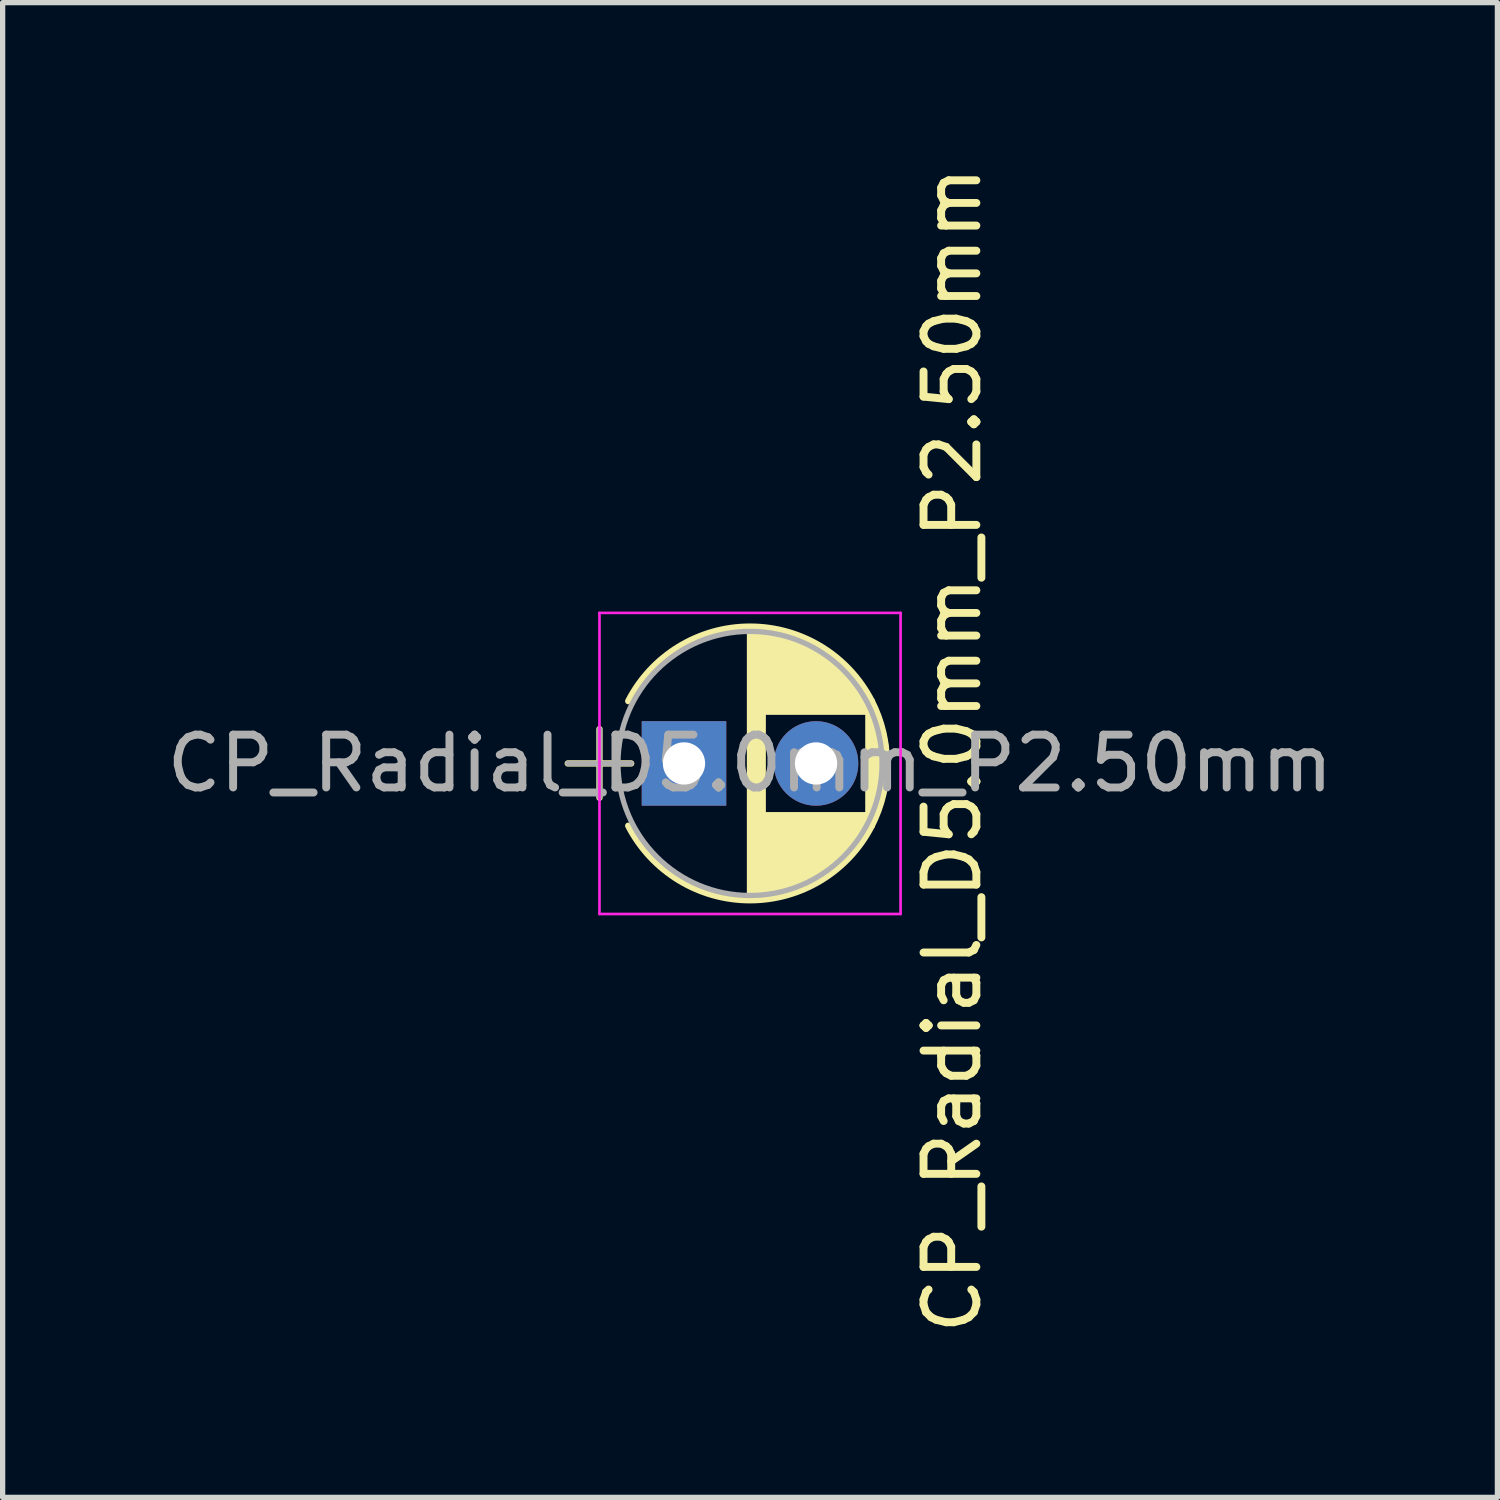
<source format=kicad_pcb>
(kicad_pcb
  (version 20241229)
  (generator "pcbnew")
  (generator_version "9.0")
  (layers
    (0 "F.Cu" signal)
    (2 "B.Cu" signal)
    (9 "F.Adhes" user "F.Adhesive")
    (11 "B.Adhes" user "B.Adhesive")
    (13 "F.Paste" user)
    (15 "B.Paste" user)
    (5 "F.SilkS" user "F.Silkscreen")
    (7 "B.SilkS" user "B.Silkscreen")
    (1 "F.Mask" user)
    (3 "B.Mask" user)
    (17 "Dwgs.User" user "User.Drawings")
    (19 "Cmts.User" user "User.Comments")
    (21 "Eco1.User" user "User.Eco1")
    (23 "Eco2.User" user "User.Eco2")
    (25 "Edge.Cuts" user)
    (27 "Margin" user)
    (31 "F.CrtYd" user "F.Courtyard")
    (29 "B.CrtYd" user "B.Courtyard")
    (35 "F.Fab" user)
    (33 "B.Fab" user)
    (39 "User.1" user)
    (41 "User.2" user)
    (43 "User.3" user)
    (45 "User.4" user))
  (footprint "CP_Radial_D5.0mm_P2.50mm"
    (layer "F.Cu")
    (at 9.899 11.403)
    (property "Reference" "CP_Radial_D5.0mm_P2.50mm" (at 5.08 -0.254 90) (layer "F.SilkS") (effects (font (size 1 1) (thickness 0.15))))
    (attr through_hole)
    (fp_line (start -2.2 0) (end -1 0) (stroke (width 0.12) (type solid)) (layer "F.SilkS"))
    (fp_line (start -1.6 -0.65) (end -1.6 0.65) (stroke (width 0.12) (type solid)) (layer "F.SilkS"))
    (fp_line (start 1.25 -2.55) (end 1.25 2.55) (stroke (width 0.12) (type solid)) (layer "F.SilkS"))
    (fp_line (start 1.29 -2.55) (end 1.29 2.55) (stroke (width 0.12) (type solid)) (layer "F.SilkS"))
    (fp_line (start 1.33 -2.549) (end 1.33 2.549) (stroke (width 0.12) (type solid)) (layer "F.SilkS"))
    (fp_line (start 1.37 -2.548) (end 1.37 2.548) (stroke (width 0.12) (type solid)) (layer "F.SilkS"))
    (fp_line (start 1.41 -2.546) (end 1.41 2.546) (stroke (width 0.12) (type solid)) (layer "F.SilkS"))
    (fp_line (start 1.45 -2.543) (end 1.45 2.543) (stroke (width 0.12) (type solid)) (layer "F.SilkS"))
    (fp_line (start 1.49 -2.539) (end 1.49 2.539) (stroke (width 0.12) (type solid)) (layer "F.SilkS"))
    (fp_line (start 1.53 -2.535) (end 1.53 -0.98) (stroke (width 0.12) (type solid)) (layer "F.SilkS"))
    (fp_line (start 1.53 0.98) (end 1.53 2.535) (stroke (width 0.12) (type solid)) (layer "F.SilkS"))
    (fp_line (start 1.57 -2.531) (end 1.57 -0.98) (stroke (width 0.12) (type solid)) (layer "F.SilkS"))
    (fp_line (start 1.57 0.98) (end 1.57 2.531) (stroke (width 0.12) (type solid)) (layer "F.SilkS"))
    (fp_line (start 1.61 -2.525) (end 1.61 -0.98) (stroke (width 0.12) (type solid)) (layer "F.SilkS"))
    (fp_line (start 1.61 0.98) (end 1.61 2.525) (stroke (width 0.12) (type solid)) (layer "F.SilkS"))
    (fp_line (start 1.65 -2.519) (end 1.65 -0.98) (stroke (width 0.12) (type solid)) (layer "F.SilkS"))
    (fp_line (start 1.65 0.98) (end 1.65 2.519) (stroke (width 0.12) (type solid)) (layer "F.SilkS"))
    (fp_line (start 1.69 -2.513) (end 1.69 -0.98) (stroke (width 0.12) (type solid)) (layer "F.SilkS"))
    (fp_line (start 1.69 0.98) (end 1.69 2.513) (stroke (width 0.12) (type solid)) (layer "F.SilkS"))
    (fp_line (start 1.73 -2.506) (end 1.73 -0.98) (stroke (width 0.12) (type solid)) (layer "F.SilkS"))
    (fp_line (start 1.73 0.98) (end 1.73 2.506) (stroke (width 0.12) (type solid)) (layer "F.SilkS"))
    (fp_line (start 1.77 -2.498) (end 1.77 -0.98) (stroke (width 0.12) (type solid)) (layer "F.SilkS"))
    (fp_line (start 1.77 0.98) (end 1.77 2.498) (stroke (width 0.12) (type solid)) (layer "F.SilkS"))
    (fp_line (start 1.81 -2.489) (end 1.81 -0.98) (stroke (width 0.12) (type solid)) (layer "F.SilkS"))
    (fp_line (start 1.81 0.98) (end 1.81 2.489) (stroke (width 0.12) (type solid)) (layer "F.SilkS"))
    (fp_line (start 1.85 -2.48) (end 1.85 -0.98) (stroke (width 0.12) (type solid)) (layer "F.SilkS"))
    (fp_line (start 1.85 0.98) (end 1.85 2.48) (stroke (width 0.12) (type solid)) (layer "F.SilkS"))
    (fp_line (start 1.89 -2.47) (end 1.89 -0.98) (stroke (width 0.12) (type solid)) (layer "F.SilkS"))
    (fp_line (start 1.89 0.98) (end 1.89 2.47) (stroke (width 0.12) (type solid)) (layer "F.SilkS"))
    (fp_line (start 1.93 -2.46) (end 1.93 -0.98) (stroke (width 0.12) (type solid)) (layer "F.SilkS"))
    (fp_line (start 1.93 0.98) (end 1.93 2.46) (stroke (width 0.12) (type solid)) (layer "F.SilkS"))
    (fp_line (start 1.971 -2.448) (end 1.971 -0.98) (stroke (width 0.12) (type solid)) (layer "F.SilkS"))
    (fp_line (start 1.971 0.98) (end 1.971 2.448) (stroke (width 0.12) (type solid)) (layer "F.SilkS"))
    (fp_line (start 2.011 -2.436) (end 2.011 -0.98) (stroke (width 0.12) (type solid)) (layer "F.SilkS"))
    (fp_line (start 2.011 0.98) (end 2.011 2.436) (stroke (width 0.12) (type solid)) (layer "F.SilkS"))
    (fp_line (start 2.051 -2.424) (end 2.051 -0.98) (stroke (width 0.12) (type solid)) (layer "F.SilkS"))
    (fp_line (start 2.051 0.98) (end 2.051 2.424) (stroke (width 0.12) (type solid)) (layer "F.SilkS"))
    (fp_line (start 2.091 -2.41) (end 2.091 -0.98) (stroke (width 0.12) (type solid)) (layer "F.SilkS"))
    (fp_line (start 2.091 0.98) (end 2.091 2.41) (stroke (width 0.12) (type solid)) (layer "F.SilkS"))
    (fp_line (start 2.131 -2.396) (end 2.131 -0.98) (stroke (width 0.12) (type solid)) (layer "F.SilkS"))
    (fp_line (start 2.131 0.98) (end 2.131 2.396) (stroke (width 0.12) (type solid)) (layer "F.SilkS"))
    (fp_line (start 2.171 -2.382) (end 2.171 -0.98) (stroke (width 0.12) (type solid)) (layer "F.SilkS"))
    (fp_line (start 2.171 0.98) (end 2.171 2.382) (stroke (width 0.12) (type solid)) (layer "F.SilkS"))
    (fp_line (start 2.211 -2.366) (end 2.211 -0.98) (stroke (width 0.12) (type solid)) (layer "F.SilkS"))
    (fp_line (start 2.211 0.98) (end 2.211 2.366) (stroke (width 0.12) (type solid)) (layer "F.SilkS"))
    (fp_line (start 2.251 -2.35) (end 2.251 -0.98) (stroke (width 0.12) (type solid)) (layer "F.SilkS"))
    (fp_line (start 2.251 0.98) (end 2.251 2.35) (stroke (width 0.12) (type solid)) (layer "F.SilkS"))
    (fp_line (start 2.291 -2.333) (end 2.291 -0.98) (stroke (width 0.12) (type solid)) (layer "F.SilkS"))
    (fp_line (start 2.291 0.98) (end 2.291 2.333) (stroke (width 0.12) (type solid)) (layer "F.SilkS"))
    (fp_line (start 2.331 -2.315) (end 2.331 -0.98) (stroke (width 0.12) (type solid)) (layer "F.SilkS"))
    (fp_line (start 2.331 0.98) (end 2.331 2.315) (stroke (width 0.12) (type solid)) (layer "F.SilkS"))
    (fp_line (start 2.371 -2.296) (end 2.371 -0.98) (stroke (width 0.12) (type solid)) (layer "F.SilkS"))
    (fp_line (start 2.371 0.98) (end 2.371 2.296) (stroke (width 0.12) (type solid)) (layer "F.SilkS"))
    (fp_line (start 2.411 -2.276) (end 2.411 -0.98) (stroke (width 0.12) (type solid)) (layer "F.SilkS"))
    (fp_line (start 2.411 0.98) (end 2.411 2.276) (stroke (width 0.12) (type solid)) (layer "F.SilkS"))
    (fp_line (start 2.451 -2.256) (end 2.451 -0.98) (stroke (width 0.12) (type solid)) (layer "F.SilkS"))
    (fp_line (start 2.451 0.98) (end 2.451 2.256) (stroke (width 0.12) (type solid)) (layer "F.SilkS"))
    (fp_line (start 2.491 -2.234) (end 2.491 -0.98) (stroke (width 0.12) (type solid)) (layer "F.SilkS"))
    (fp_line (start 2.491 0.98) (end 2.491 2.234) (stroke (width 0.12) (type solid)) (layer "F.SilkS"))
    (fp_line (start 2.531 -2.212) (end 2.531 -0.98) (stroke (width 0.12) (type solid)) (layer "F.SilkS"))
    (fp_line (start 2.531 0.98) (end 2.531 2.212) (stroke (width 0.12) (type solid)) (layer "F.SilkS"))
    (fp_line (start 2.571 -2.189) (end 2.571 -0.98) (stroke (width 0.12) (type solid)) (layer "F.SilkS"))
    (fp_line (start 2.571 0.98) (end 2.571 2.189) (stroke (width 0.12) (type solid)) (layer "F.SilkS"))
    (fp_line (start 2.611 -2.165) (end 2.611 -0.98) (stroke (width 0.12) (type solid)) (layer "F.SilkS"))
    (fp_line (start 2.611 0.98) (end 2.611 2.165) (stroke (width 0.12) (type solid)) (layer "F.SilkS"))
    (fp_line (start 2.651 -2.14) (end 2.651 -0.98) (stroke (width 0.12) (type solid)) (layer "F.SilkS"))
    (fp_line (start 2.651 0.98) (end 2.651 2.14) (stroke (width 0.12) (type solid)) (layer "F.SilkS"))
    (fp_line (start 2.691 -2.113) (end 2.691 -0.98) (stroke (width 0.12) (type solid)) (layer "F.SilkS"))
    (fp_line (start 2.691 0.98) (end 2.691 2.113) (stroke (width 0.12) (type solid)) (layer "F.SilkS"))
    (fp_line (start 2.731 -2.086) (end 2.731 -0.98) (stroke (width 0.12) (type solid)) (layer "F.SilkS"))
    (fp_line (start 2.731 0.98) (end 2.731 2.086) (stroke (width 0.12) (type solid)) (layer "F.SilkS"))
    (fp_line (start 2.771 -2.058) (end 2.771 -0.98) (stroke (width 0.12) (type solid)) (layer "F.SilkS"))
    (fp_line (start 2.771 0.98) (end 2.771 2.058) (stroke (width 0.12) (type solid)) (layer "F.SilkS"))
    (fp_line (start 2.811 -2.028) (end 2.811 -0.98) (stroke (width 0.12) (type solid)) (layer "F.SilkS"))
    (fp_line (start 2.811 0.98) (end 2.811 2.028) (stroke (width 0.12) (type solid)) (layer "F.SilkS"))
    (fp_line (start 2.851 -1.997) (end 2.851 -0.98) (stroke (width 0.12) (type solid)) (layer "F.SilkS"))
    (fp_line (start 2.851 0.98) (end 2.851 1.997) (stroke (width 0.12) (type solid)) (layer "F.SilkS"))
    (fp_line (start 2.891 -1.965) (end 2.891 -0.98) (stroke (width 0.12) (type solid)) (layer "F.SilkS"))
    (fp_line (start 2.891 0.98) (end 2.891 1.965) (stroke (width 0.12) (type solid)) (layer "F.SilkS"))
    (fp_line (start 2.931 -1.932) (end 2.931 -0.98) (stroke (width 0.12) (type solid)) (layer "F.SilkS"))
    (fp_line (start 2.931 0.98) (end 2.931 1.932) (stroke (width 0.12) (type solid)) (layer "F.SilkS"))
    (fp_line (start 2.971 -1.897) (end 2.971 -0.98) (stroke (width 0.12) (type solid)) (layer "F.SilkS"))
    (fp_line (start 2.971 0.98) (end 2.971 1.897) (stroke (width 0.12) (type solid)) (layer "F.SilkS"))
    (fp_line (start 3.011 -1.861) (end 3.011 -0.98) (stroke (width 0.12) (type solid)) (layer "F.SilkS"))
    (fp_line (start 3.011 0.98) (end 3.011 1.861) (stroke (width 0.12) (type solid)) (layer "F.SilkS"))
    (fp_line (start 3.051 -1.823) (end 3.051 -0.98) (stroke (width 0.12) (type solid)) (layer "F.SilkS"))
    (fp_line (start 3.051 0.98) (end 3.051 1.823) (stroke (width 0.12) (type solid)) (layer "F.SilkS"))
    (fp_line (start 3.091 -1.783) (end 3.091 -0.98) (stroke (width 0.12) (type solid)) (layer "F.SilkS"))
    (fp_line (start 3.091 0.98) (end 3.091 1.783) (stroke (width 0.12) (type solid)) (layer "F.SilkS"))
    (fp_line (start 3.131 -1.742) (end 3.131 -0.98) (stroke (width 0.12) (type solid)) (layer "F.SilkS"))
    (fp_line (start 3.131 0.98) (end 3.131 1.742) (stroke (width 0.12) (type solid)) (layer "F.SilkS"))
    (fp_line (start 3.171 -1.699) (end 3.171 -0.98) (stroke (width 0.12) (type solid)) (layer "F.SilkS"))
    (fp_line (start 3.171 0.98) (end 3.171 1.699) (stroke (width 0.12) (type solid)) (layer "F.SilkS"))
    (fp_line (start 3.211 -1.654) (end 3.211 -0.98) (stroke (width 0.12) (type solid)) (layer "F.SilkS"))
    (fp_line (start 3.211 0.98) (end 3.211 1.654) (stroke (width 0.12) (type solid)) (layer "F.SilkS"))
    (fp_line (start 3.251 -1.606) (end 3.251 -0.98) (stroke (width 0.12) (type solid)) (layer "F.SilkS"))
    (fp_line (start 3.251 0.98) (end 3.251 1.606) (stroke (width 0.12) (type solid)) (layer "F.SilkS"))
    (fp_line (start 3.291 -1.556) (end 3.291 -0.98) (stroke (width 0.12) (type solid)) (layer "F.SilkS"))
    (fp_line (start 3.291 0.98) (end 3.291 1.556) (stroke (width 0.12) (type solid)) (layer "F.SilkS"))
    (fp_line (start 3.331 -1.504) (end 3.331 -0.98) (stroke (width 0.12) (type solid)) (layer "F.SilkS"))
    (fp_line (start 3.331 0.98) (end 3.331 1.504) (stroke (width 0.12) (type solid)) (layer "F.SilkS"))
    (fp_line (start 3.371 -1.448) (end 3.371 -0.98) (stroke (width 0.12) (type solid)) (layer "F.SilkS"))
    (fp_line (start 3.371 0.98) (end 3.371 1.448) (stroke (width 0.12) (type solid)) (layer "F.SilkS"))
    (fp_line (start 3.411 -1.39) (end 3.411 -0.98) (stroke (width 0.12) (type solid)) (layer "F.SilkS"))
    (fp_line (start 3.411 0.98) (end 3.411 1.39) (stroke (width 0.12) (type solid)) (layer "F.SilkS"))
    (fp_line (start 3.451 -1.327) (end 3.451 -0.98) (stroke (width 0.12) (type solid)) (layer "F.SilkS"))
    (fp_line (start 3.451 0.98) (end 3.451 1.327) (stroke (width 0.12) (type solid)) (layer "F.SilkS"))
    (fp_line (start 3.491 -1.261) (end 3.491 1.261) (stroke (width 0.12) (type solid)) (layer "F.SilkS"))
    (fp_line (start 3.531 -1.189) (end 3.531 1.189) (stroke (width 0.12) (type solid)) (layer "F.SilkS"))
    (fp_line (start 3.571 -1.112) (end 3.571 1.112) (stroke (width 0.12) (type solid)) (layer "F.SilkS"))
    (fp_line (start 3.611 -1.028) (end 3.611 1.028) (stroke (width 0.12) (type solid)) (layer "F.SilkS"))
    (fp_line (start 3.651 -0.934) (end 3.651 0.934) (stroke (width 0.12) (type solid)) (layer "F.SilkS"))
    (fp_line (start 3.691 -0.829) (end 3.691 0.829) (stroke (width 0.12) (type solid)) (layer "F.SilkS"))
    (fp_line (start 3.731 -0.707) (end 3.731 0.707) (stroke (width 0.12) (type solid)) (layer "F.SilkS"))
    (fp_line (start 3.771 -0.559) (end 3.771 0.559) (stroke (width 0.12) (type solid)) (layer "F.SilkS"))
    (fp_line (start 3.811 -0.354) (end 3.811 0.354) (stroke (width 0.12) (type solid)) (layer "F.SilkS"))
    (fp_arc (start -1.05558 -1.18) (mid 1.250156 -2.59) (end 3.555722 -1.179722) (stroke (width 0.12) (type solid)) (layer "F.SilkS"))
    (fp_arc (start 3.55558 -1.18) (mid 3.84 -0.000156) (end 3.555722 1.179722) (stroke (width 0.12) (type solid)) (layer "F.SilkS"))
    (fp_arc (start 3.555722 1.179722) (mid 1.250156 2.59) (end -1.05558 1.18) (stroke (width 0.12) (type solid)) (layer "F.SilkS"))
    (fp_line (start -1.6 -2.85) (end -1.6 2.85) (stroke (width 0.05) (type solid)) (layer "F.CrtYd"))
    (fp_line (start -1.6 2.85) (end 4.1 2.85) (stroke (width 0.05) (type solid)) (layer "F.CrtYd"))
    (fp_line (start 4.1 -2.85) (end -1.6 -2.85) (stroke (width 0.05) (type solid)) (layer "F.CrtYd"))
    (fp_line (start 4.1 2.85) (end 4.1 -2.85) (stroke (width 0.05) (type solid)) (layer "F.CrtYd"))
    (fp_line (start -2.2 0) (end -1 0) (stroke (width 0.1) (type solid)) (layer "F.Fab"))
    (fp_line (start -1.6 -0.65) (end -1.6 0.65) (stroke (width 0.1) (type solid)) (layer "F.Fab"))
    (fp_circle (center 1.25 0) (end 3.75 0) (stroke (width 0.1) (type solid)) (fill no) (layer "F.Fab"))
    (fp_text user "${REFERENCE}" (at 1.25 0 0) (layer "F.Fab") (effects (font (size 1 1) (thickness 0.15))))
    (pad "1" thru_hole rect (at 0 0) (size 1.6 1.6) (drill 0.8) (layers "*.Cu" "*.Mask"))
    (pad "2" thru_hole circle (at 2.5 0) (size 1.6 1.6) (drill 0.8) (layers "*.Cu" "*.Mask")))
  (gr_rect
    (start -3 -3)
    (end 25.298 25.298)
    (stroke (width 0.1) (type default))
    (fill no)
    (layer "Edge.Cuts")))
</source>
